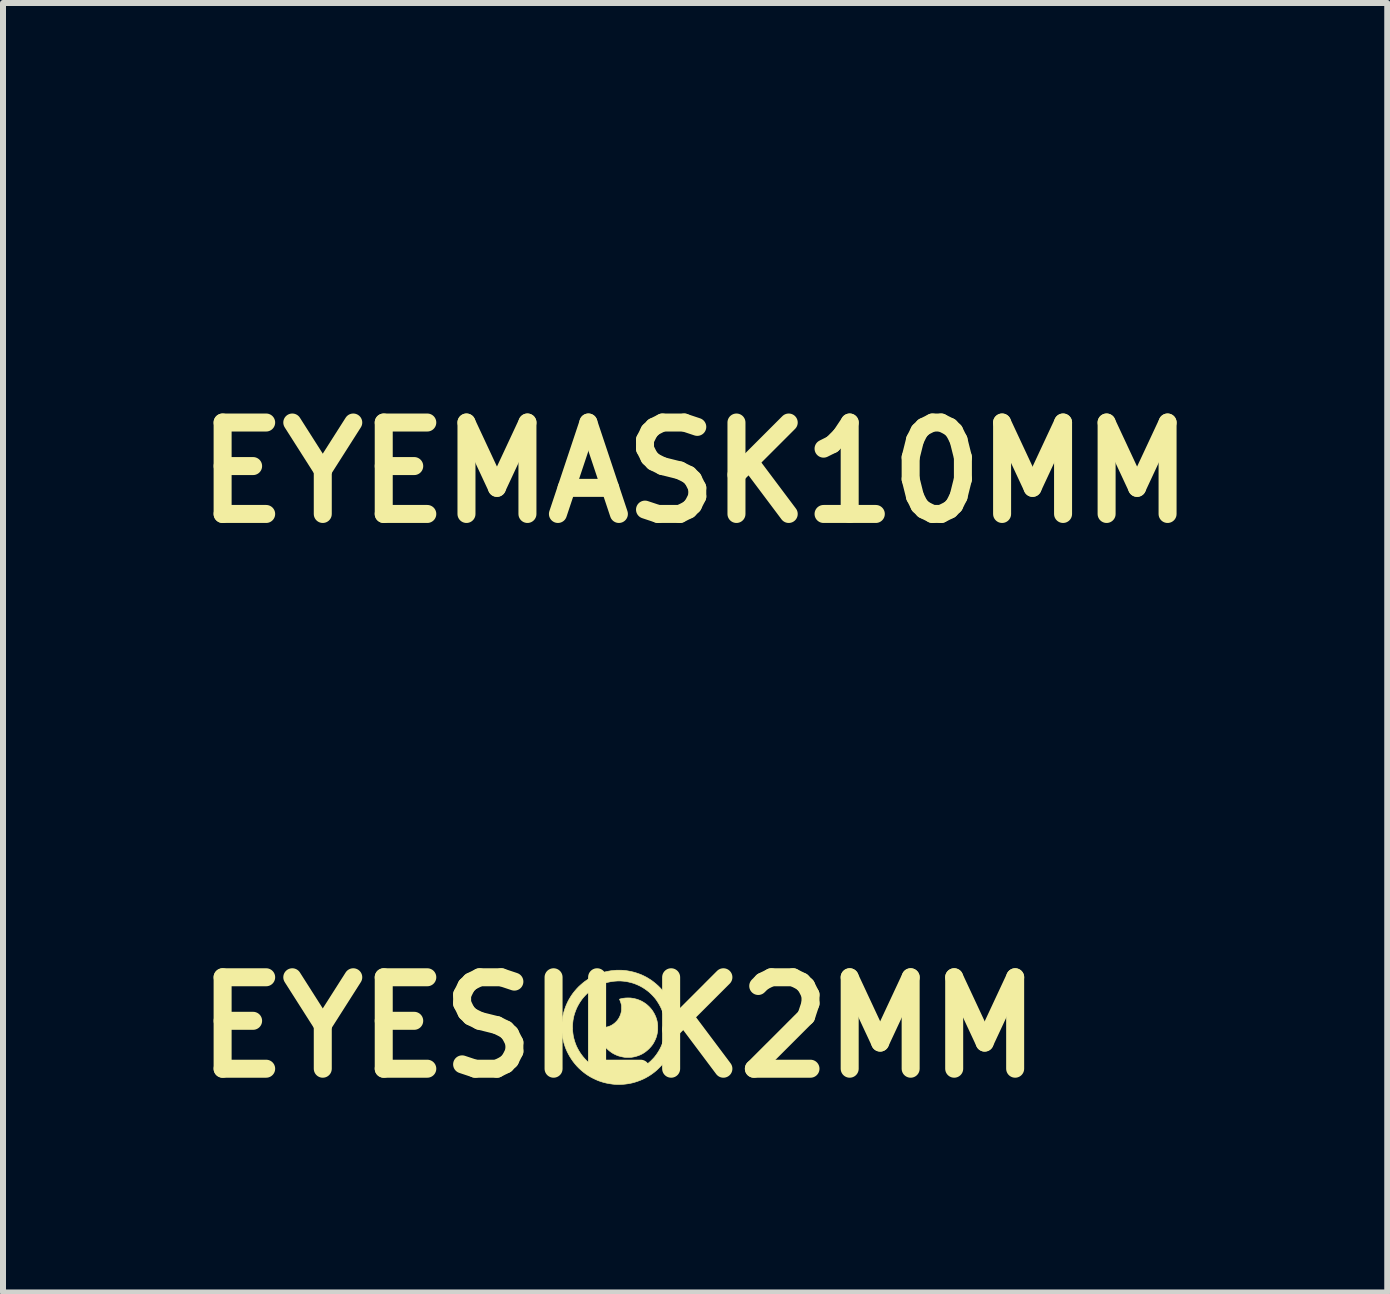
<source format=kicad_pcb>
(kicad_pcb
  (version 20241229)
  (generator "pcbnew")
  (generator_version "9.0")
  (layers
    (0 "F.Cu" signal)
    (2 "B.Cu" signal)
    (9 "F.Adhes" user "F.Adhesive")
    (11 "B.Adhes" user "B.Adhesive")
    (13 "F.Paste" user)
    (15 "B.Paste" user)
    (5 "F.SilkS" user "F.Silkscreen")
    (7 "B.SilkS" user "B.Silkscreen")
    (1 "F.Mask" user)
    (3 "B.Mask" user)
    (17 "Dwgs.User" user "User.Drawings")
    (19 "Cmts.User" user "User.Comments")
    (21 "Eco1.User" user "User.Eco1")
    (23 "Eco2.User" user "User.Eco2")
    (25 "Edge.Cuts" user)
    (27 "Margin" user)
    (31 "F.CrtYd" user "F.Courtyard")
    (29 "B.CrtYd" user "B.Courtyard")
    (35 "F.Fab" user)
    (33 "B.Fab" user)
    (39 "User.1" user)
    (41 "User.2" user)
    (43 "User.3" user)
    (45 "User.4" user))
  (footprint "EYEMASK10MM"
    (layer "F.Cu")
    (at 8.534 4.826)
    (property "Reference" "EYEMASK10MM" (at 0 0 0) (layer "F.SilkS") (effects (font (size 1.524 1.524) (thickness 0.3))))
    (attr through_hole)
    (fp_poly (pts (xy 0.854 -2.479) (xy 0.92 -2.477) (xy 0.981 -2.474) (xy 1.033 -2.47) (xy 1.058 -2.467) (xy 1.173 -2.45) (xy 1.279 -2.431) (xy 1.38 -2.408) (xy 1.481 -2.38) (xy 1.547 -2.359) (xy 1.716 -2.298) (xy 1.879 -2.225) (xy 2.036 -2.142) (xy 2.185 -2.048) (xy 2.327 -1.944) (xy 2.461 -1.83) (xy 2.587 -1.706) (xy 2.705 -1.573) (xy 2.813 -1.431) (xy 2.896 -1.307) (xy 2.984 -1.157) (xy 3.059 -1.007) (xy 3.123 -0.856) (xy 3.176 -0.701) (xy 3.218 -0.542) (xy 3.251 -0.376) (xy 3.265 -0.28) (xy 3.268 -0.243) (xy 3.271 -0.197) (xy 3.274 -0.142) (xy 3.275 -0.082) (xy 3.276 -0.018) (xy 3.277 0.047) (xy 3.277 0.111) (xy 3.276 0.172) (xy 3.274 0.227) (xy 3.271 0.274) (xy 3.268 0.31) (xy 3.268 0.315) (xy 3.248 0.453) (xy 3.223 0.582) (xy 3.192 0.704) (xy 3.155 0.824) (xy 3.11 0.944) (xy 3.079 1.019) (xy 3.009 1.169) (xy 2.933 1.309) (xy 2.85 1.441) (xy 2.757 1.567) (xy 2.655 1.688) (xy 2.542 1.808) (xy 2.526 1.823) (xy 2.392 1.946) (xy 2.252 2.057) (xy 2.106 2.157) (xy 1.954 2.246) (xy 1.795 2.324) (xy 1.631 2.39) (xy 1.46 2.445) (xy 1.283 2.489) (xy 1.1 2.521) (xy 1.08 2.524) (xy 1.046 2.528) (xy 1.001 2.531) (xy 0.948 2.534) (xy 0.889 2.536) (xy 0.827 2.537) (xy 0.764 2.538) (xy 0.702 2.538) (xy 0.644 2.537) (xy 0.592 2.536) (xy 0.548 2.533) (xy 0.514 2.53) (xy 0.329 2.502) (xy 0.152 2.463) (xy -0.019 2.414) (xy -0.183 2.354) (xy -0.341 2.283) (xy -0.494 2.201) (xy -0.641 2.107) (xy -0.773 2.011) (xy -0.909 1.897) (xy -1.036 1.775) (xy -1.153 1.644) (xy -1.261 1.505) (xy -1.359 1.36) (xy -1.447 1.208) (xy -1.524 1.051) (xy -1.59 0.888) (xy -1.644 0.722) (xy -1.686 0.552) (xy -1.703 0.463) (xy -1.71 0.42) (xy -1.717 0.372) (xy -1.723 0.321) (xy -1.728 0.268) (xy -1.733 0.216) (xy -1.737 0.165) (xy -1.739 0.119) (xy -1.741 0.078) (xy -1.742 0.044) (xy -1.741 0.018) (xy -1.739 0.004) (xy -1.738 0.002) (xy -1.733 -0.001) (xy -1.723 -0.002) (xy -1.705 -0.001) (xy -1.678 0.002) (xy -1.643 0.007) (xy -1.548 0.018) (xy -1.446 0.022) (xy -1.34 0.02) (xy -1.232 0.012) (xy -1.125 -0.002) (xy -1.067 -0.013) (xy -0.928 -0.048) (xy -0.793 -0.096) (xy -0.664 -0.154) (xy -0.54 -0.224) (xy -0.423 -0.305) (xy -0.312 -0.397) (xy -0.256 -0.451) (xy -0.157 -0.559) (xy -0.068 -0.674) (xy 0.01 -0.796) (xy 0.077 -0.924) (xy 0.132 -1.059) (xy 0.177 -1.2) (xy 0.21 -1.347) (xy 0.213 -1.368) (xy 0.216 -1.389) (xy 0.218 -1.412) (xy 0.22 -1.44) (xy 0.221 -1.474) (xy 0.221 -1.515) (xy 0.222 -1.567) (xy 0.222 -1.62) (xy 0.222 -1.829) (xy 0.201 -1.928) (xy 0.181 -2.01) (xy 0.156 -2.096) (xy 0.128 -2.18) (xy 0.097 -2.258) (xy 0.084 -2.289) (xy 0.072 -2.318) (xy 0.062 -2.343) (xy 0.055 -2.362) (xy 0.053 -2.372) (xy 0.053 -2.372) (xy 0.06 -2.378) (xy 0.078 -2.385) (xy 0.106 -2.394) (xy 0.142 -2.403) (xy 0.184 -2.413) (xy 0.231 -2.424) (xy 0.282 -2.434) (xy 0.334 -2.444) (xy 0.387 -2.454) (xy 0.438 -2.462) (xy 0.479 -2.467) (xy 0.525 -2.472) (xy 0.582 -2.475) (xy 0.645 -2.478) (xy 0.714 -2.479) (xy 0.784 -2.479) (xy 0.854 -2.479)) (stroke (width 0.01) (type solid)) (fill yes) (layer "F.Mask"))
    (fp_poly (pts (xy 0.289 -4.813) (xy 0.529 -4.793) (xy 0.769 -4.76) (xy 1.008 -4.715) (xy 1.246 -4.658) (xy 1.481 -4.589) (xy 1.714 -4.507) (xy 1.897 -4.434) (xy 2.118 -4.333) (xy 2.333 -4.221) (xy 2.543 -4.097) (xy 2.747 -3.963) (xy 2.944 -3.818) (xy 3.134 -3.663) (xy 3.316 -3.499) (xy 3.49 -3.326) (xy 3.655 -3.144) (xy 3.811 -2.953) (xy 3.859 -2.89) (xy 4.002 -2.689) (xy 4.134 -2.481) (xy 4.256 -2.267) (xy 4.366 -2.047) (xy 4.465 -1.822) (xy 4.552 -1.591) (xy 4.627 -1.357) (xy 4.69 -1.119) (xy 4.732 -0.926) (xy 4.773 -0.683) (xy 4.801 -0.438) (xy 4.817 -0.192) (xy 4.821 0.055) (xy 4.812 0.301) (xy 4.79 0.546) (xy 4.757 0.789) (xy 4.711 1.03) (xy 4.697 1.09) (xy 4.635 1.331) (xy 4.56 1.567) (xy 4.474 1.798) (xy 4.377 2.024) (xy 4.268 2.244) (xy 4.149 2.457) (xy 4.018 2.665) (xy 3.878 2.866) (xy 3.726 3.059) (xy 3.565 3.245) (xy 3.394 3.424) (xy 3.213 3.594) (xy 3.023 3.756) (xy 2.89 3.859) (xy 2.691 4.001) (xy 2.485 4.133) (xy 2.272 4.253) (xy 2.053 4.363) (xy 1.829 4.462) (xy 1.6 4.549) (xy 1.367 4.624) (xy 1.13 4.688) (xy 0.891 4.739) (xy 0.694 4.771) (xy 0.538 4.791) (xy 0.378 4.806) (xy 0.218 4.816) (xy 0.061 4.821) (xy -0.09 4.821) (xy -0.18 4.818) (xy -0.253 4.815) (xy -0.332 4.809) (xy -0.411 4.803) (xy -0.486 4.797) (xy -0.547 4.79) (xy -0.792 4.756) (xy -1.034 4.71) (xy -1.272 4.651) (xy -1.506 4.581) (xy -1.736 4.499) (xy -1.961 4.405) (xy -2.181 4.301) (xy -2.395 4.185) (xy -2.603 4.059) (xy -2.804 3.922) (xy -2.999 3.775) (xy -3.186 3.618) (xy -3.366 3.451) (xy -3.538 3.274) (xy -3.702 3.089) (xy -3.857 2.893) (xy -3.859 2.89) (xy -4.001 2.69) (xy -4.133 2.483) (xy -4.255 2.269) (xy -4.365 2.049) (xy -4.464 1.824) (xy -4.551 1.595) (xy -4.563 1.559) (xy -4.637 1.322) (xy -4.699 1.083) (xy -4.748 0.841) (xy -4.784 0.597) (xy -4.809 0.352) (xy -4.82 0.107) (xy -4.82 0.065) (xy -3.913 0.065) (xy -3.903 0.288) (xy -3.881 0.51) (xy -3.846 0.73) (xy -3.799 0.947) (xy -3.739 1.161) (xy -3.739 1.163) (xy -3.667 1.371) (xy -3.584 1.575) (xy -3.489 1.774) (xy -3.384 1.967) (xy -3.267 2.154) (xy -3.141 2.334) (xy -3.004 2.508) (xy -2.858 2.673) (xy -2.702 2.83) (xy -2.538 2.979) (xy -2.365 3.118) (xy -2.35 3.129) (xy -2.17 3.257) (xy -1.983 3.374) (xy -1.79 3.48) (xy -1.592 3.575) (xy -1.389 3.659) (xy -1.182 3.731) (xy -0.972 3.792) (xy -0.759 3.84) (xy -0.544 3.876) (xy -0.328 3.9) (xy -0.286 3.903) (xy -0.204 3.908) (xy -0.132 3.912) (xy -0.067 3.914) (xy -0.006 3.915) (xy 0.055 3.914) (xy 0.117 3.913) (xy 0.183 3.91) (xy 0.352 3.898) (xy 0.512 3.881) (xy 0.667 3.857) (xy 0.821 3.828) (xy 0.952 3.797) (xy 1.166 3.737) (xy 1.375 3.665) (xy 1.58 3.582) (xy 1.779 3.487) (xy 1.972 3.381) (xy 2.159 3.264) (xy 2.34 3.137) (xy 2.513 3) (xy 2.679 2.853) (xy 2.836 2.696) (xy 2.986 2.53) (xy 3.126 2.355) (xy 3.134 2.344) (xy 3.262 2.164) (xy 3.378 1.977) (xy 3.484 1.783) (xy 3.579 1.584) (xy 3.663 1.38) (xy 3.735 1.171) (xy 3.795 0.959) (xy 3.843 0.744) (xy 3.867 0.604) (xy 3.895 0.382) (xy 3.91 0.158) (xy 3.913 -0.065) (xy 3.903 -0.288) (xy 3.881 -0.51) (xy 3.846 -0.73) (xy 3.799 -0.947) (xy 3.739 -1.161) (xy 3.739 -1.163) (xy 3.667 -1.371) (xy 3.584 -1.575) (xy 3.49 -1.773) (xy 3.384 -1.966) (xy 3.268 -2.152) (xy 3.142 -2.332) (xy 3.006 -2.505) (xy 2.861 -2.67) (xy 2.706 -2.827) (xy 2.543 -2.975) (xy 2.372 -3.114) (xy 2.192 -3.243) (xy 2.019 -3.354) (xy 1.825 -3.463) (xy 1.626 -3.561) (xy 1.422 -3.648) (xy 1.214 -3.722) (xy 1.002 -3.784) (xy 0.787 -3.835) (xy 0.57 -3.873) (xy 0.35 -3.898) (xy 0.128 -3.912) (xy -0.094 -3.913) (xy -0.318 -3.901) (xy -0.489 -3.883) (xy -0.709 -3.849) (xy -0.926 -3.803) (xy -1.141 -3.744) (xy -1.352 -3.674) (xy -1.558 -3.591) (xy -1.76 -3.496) (xy -1.957 -3.39) (xy -2.023 -3.351) (xy -2.207 -3.232) (xy -2.385 -3.103) (xy -2.557 -2.962) (xy -2.72 -2.813) (xy -2.876 -2.654) (xy -3.022 -2.487) (xy -3.135 -2.344) (xy -3.262 -2.164) (xy -3.378 -1.977) (xy -3.484 -1.783) (xy -3.579 -1.584) (xy -3.663 -1.38) (xy -3.735 -1.171) (xy -3.795 -0.959) (xy -3.843 -0.744) (xy -3.867 -0.604) (xy -3.895 -0.382) (xy -3.91 -0.158) (xy -3.913 0.065) (xy -4.82 0.065) (xy -4.819 -0.139) (xy -4.806 -0.384) (xy -4.78 -0.629) (xy -4.742 -0.872) (xy -4.691 -1.114) (xy -4.628 -1.353) (xy -4.563 -1.559) (xy -4.478 -1.79) (xy -4.381 -2.016) (xy -4.272 -2.236) (xy -4.153 -2.45) (xy -4.023 -2.658) (xy -3.882 -2.859) (xy -3.732 -3.053) (xy -3.571 -3.239) (xy -3.402 -3.417) (xy -3.223 -3.586) (xy -3.035 -3.747) (xy -2.89 -3.859) (xy -2.689 -4.002) (xy -2.481 -4.134) (xy -2.269 -4.255) (xy -2.051 -4.364) (xy -1.829 -4.462) (xy -1.604 -4.548) (xy -1.374 -4.622) (xy -1.142 -4.685) (xy -0.907 -4.736) (xy -0.671 -4.775) (xy -0.432 -4.802) (xy -0.192 -4.818) (xy 0.048 -4.821) (xy 0.289 -4.813)) (stroke (width 0.01) (type solid)) (fill yes) (layer "F.Mask")))
  (footprint "EYESILK2MM"
    (layer "F.Cu")
    (at 7.264 14.071)
    (property "Reference" "EYESILK2MM" (at 0 0 0) (layer "F.SilkS") (effects (font (size 1.524 1.524) (thickness 0.3))))
    (attr through_hole)
    (fp_poly (pts (xy 0.169 -0.49) (xy 0.182 -0.489) (xy 0.194 -0.489) (xy 0.204 -0.488) (xy 0.209 -0.487) (xy 0.232 -0.484) (xy 0.253 -0.48) (xy 0.273 -0.475) (xy 0.293 -0.47) (xy 0.306 -0.466) (xy 0.339 -0.454) (xy 0.371 -0.44) (xy 0.402 -0.423) (xy 0.432 -0.404) (xy 0.46 -0.384) (xy 0.486 -0.361) (xy 0.511 -0.337) (xy 0.534 -0.311) (xy 0.556 -0.283) (xy 0.572 -0.258) (xy 0.589 -0.229) (xy 0.604 -0.199) (xy 0.617 -0.169) (xy 0.627 -0.138) (xy 0.636 -0.107) (xy 0.642 -0.074) (xy 0.645 -0.055) (xy 0.645 -0.048) (xy 0.646 -0.039) (xy 0.647 -0.028) (xy 0.647 -0.016) (xy 0.647 -0.003) (xy 0.647 0.009) (xy 0.647 0.022) (xy 0.647 0.034) (xy 0.647 0.045) (xy 0.646 0.054) (xy 0.645 0.061) (xy 0.645 0.062) (xy 0.641 0.089) (xy 0.636 0.115) (xy 0.63 0.139) (xy 0.623 0.163) (xy 0.614 0.187) (xy 0.608 0.201) (xy 0.594 0.231) (xy 0.579 0.259) (xy 0.563 0.285) (xy 0.545 0.309) (xy 0.524 0.333) (xy 0.502 0.357) (xy 0.499 0.36) (xy 0.472 0.384) (xy 0.445 0.406) (xy 0.416 0.426) (xy 0.386 0.444) (xy 0.355 0.459) (xy 0.322 0.472) (xy 0.288 0.483) (xy 0.253 0.492) (xy 0.217 0.498) (xy 0.213 0.499) (xy 0.207 0.499) (xy 0.198 0.5) (xy 0.187 0.5) (xy 0.176 0.501) (xy 0.163 0.501) (xy 0.151 0.501) (xy 0.139 0.501) (xy 0.127 0.501) (xy 0.117 0.501) (xy 0.108 0.5) (xy 0.102 0.5) (xy 0.065 0.494) (xy 0.03 0.486) (xy -0.004 0.477) (xy -0.036 0.465) (xy -0.067 0.451) (xy -0.098 0.435) (xy -0.127 0.416) (xy -0.153 0.397) (xy -0.179 0.375) (xy -0.205 0.35) (xy -0.228 0.325) (xy -0.249 0.297) (xy -0.268 0.269) (xy -0.286 0.239) (xy -0.301 0.208) (xy -0.314 0.175) (xy -0.325 0.143) (xy -0.333 0.109) (xy -0.336 0.091) (xy -0.338 0.083) (xy -0.339 0.073) (xy -0.34 0.063) (xy -0.341 0.053) (xy -0.342 0.043) (xy -0.343 0.033) (xy -0.344 0.023) (xy -0.344 0.015) (xy -0.344 0.009) (xy -0.344 0.004) (xy -0.343 0.001) (xy -0.343 0.000301) (xy -0.342 -0.000282) (xy -0.34 -0.000473) (xy -0.337 -0.000251) (xy -0.331 0.000408) (xy -0.324 0.001) (xy -0.306 0.004) (xy -0.286 0.004) (xy -0.265 0.004) (xy -0.243 0.002) (xy -0.222 -0.000454) (xy -0.211 -0.003) (xy -0.183 -0.01) (xy -0.157 -0.019) (xy -0.131 -0.03) (xy -0.107 -0.044) (xy -0.084 -0.06) (xy -0.062 -0.078) (xy -0.051 -0.089) (xy -0.031 -0.11) (xy -0.013 -0.133) (xy 0.002 -0.157) (xy 0.015 -0.183) (xy 0.026 -0.209) (xy 0.035 -0.237) (xy 0.041 -0.266) (xy 0.042 -0.27) (xy 0.043 -0.274) (xy 0.043 -0.279) (xy 0.043 -0.284) (xy 0.044 -0.291) (xy 0.044 -0.299) (xy 0.044 -0.309) (xy 0.044 -0.32) (xy 0.044 -0.361) (xy 0.04 -0.381) (xy 0.036 -0.397) (xy 0.031 -0.414) (xy 0.025 -0.431) (xy 0.019 -0.446) (xy 0.017 -0.452) (xy 0.014 -0.458) (xy 0.012 -0.463) (xy 0.011 -0.466) (xy 0.01 -0.468) (xy 0.01 -0.468) (xy 0.012 -0.47) (xy 0.015 -0.471) (xy 0.021 -0.473) (xy 0.028 -0.475) (xy 0.036 -0.477) (xy 0.046 -0.479) (xy 0.056 -0.481) (xy 0.066 -0.483) (xy 0.076 -0.485) (xy 0.087 -0.486) (xy 0.095 -0.487) (xy 0.104 -0.488) (xy 0.115 -0.489) (xy 0.127 -0.489) (xy 0.141 -0.49) (xy 0.155 -0.49) (xy 0.169 -0.49)) (stroke (width 0.01) (type solid)) (fill yes) (layer "F.SilkS"))
    (fp_poly (pts (xy 0.057 -0.951) (xy 0.105 -0.947) (xy 0.152 -0.94) (xy 0.199 -0.931) (xy 0.246 -0.92) (xy 0.293 -0.906) (xy 0.339 -0.89) (xy 0.375 -0.876) (xy 0.418 -0.856) (xy 0.461 -0.834) (xy 0.502 -0.809) (xy 0.543 -0.783) (xy 0.581 -0.754) (xy 0.619 -0.723) (xy 0.655 -0.691) (xy 0.689 -0.657) (xy 0.722 -0.621) (xy 0.753 -0.583) (xy 0.762 -0.571) (xy 0.79 -0.531) (xy 0.817 -0.49) (xy 0.841 -0.448) (xy 0.862 -0.404) (xy 0.882 -0.36) (xy 0.899 -0.314) (xy 0.914 -0.268) (xy 0.926 -0.221) (xy 0.935 -0.183) (xy 0.943 -0.135) (xy 0.948 -0.086) (xy 0.951 -0.038) (xy 0.952 0.011) (xy 0.95 0.059) (xy 0.946 0.108) (xy 0.939 0.156) (xy 0.93 0.203) (xy 0.928 0.215) (xy 0.915 0.263) (xy 0.901 0.309) (xy 0.884 0.355) (xy 0.864 0.4) (xy 0.843 0.443) (xy 0.819 0.485) (xy 0.794 0.526) (xy 0.766 0.566) (xy 0.736 0.604) (xy 0.704 0.641) (xy 0.67 0.676) (xy 0.635 0.71) (xy 0.597 0.742) (xy 0.571 0.762) (xy 0.532 0.79) (xy 0.491 0.816) (xy 0.449 0.84) (xy 0.405 0.862) (xy 0.361 0.881) (xy 0.316 0.898) (xy 0.27 0.913) (xy 0.223 0.926) (xy 0.176 0.936) (xy 0.137 0.942) (xy 0.106 0.946) (xy 0.075 0.949) (xy 0.043 0.951) (xy 0.012 0.952) (xy -0.018 0.952) (xy -0.036 0.952) (xy -0.05 0.951) (xy -0.066 0.95) (xy -0.081 0.949) (xy -0.096 0.947) (xy -0.108 0.946) (xy -0.156 0.939) (xy -0.204 0.93) (xy -0.251 0.919) (xy -0.297 0.905) (xy -0.343 0.889) (xy -0.387 0.87) (xy -0.431 0.849) (xy -0.473 0.827) (xy -0.514 0.802) (xy -0.554 0.775) (xy -0.592 0.746) (xy -0.629 0.715) (xy -0.665 0.682) (xy -0.699 0.647) (xy -0.731 0.61) (xy -0.762 0.571) (xy -0.762 0.571) (xy -0.79 0.531) (xy -0.816 0.49) (xy -0.84 0.448) (xy -0.862 0.405) (xy -0.882 0.36) (xy -0.899 0.315) (xy -0.901 0.308) (xy -0.916 0.261) (xy -0.928 0.214) (xy -0.938 0.166) (xy -0.945 0.118) (xy -0.95 0.07) (xy -0.952 0.021) (xy -0.952 0.013) (xy -0.773 0.013) (xy -0.771 0.057) (xy -0.766 0.101) (xy -0.76 0.144) (xy -0.75 0.187) (xy -0.738 0.229) (xy -0.738 0.23) (xy -0.724 0.271) (xy -0.708 0.311) (xy -0.689 0.35) (xy -0.668 0.388) (xy -0.645 0.425) (xy -0.62 0.461) (xy -0.593 0.495) (xy -0.564 0.528) (xy -0.534 0.559) (xy -0.501 0.588) (xy -0.467 0.616) (xy -0.464 0.618) (xy -0.429 0.643) (xy -0.392 0.666) (xy -0.354 0.687) (xy -0.314 0.706) (xy -0.274 0.723) (xy -0.234 0.737) (xy -0.192 0.749) (xy -0.15 0.758) (xy -0.108 0.766) (xy -0.065 0.77) (xy -0.057 0.771) (xy -0.04 0.772) (xy -0.026 0.773) (xy -0.013 0.773) (xy -0.001 0.773) (xy 0.011 0.773) (xy 0.023 0.773) (xy 0.036 0.772) (xy 0.069 0.77) (xy 0.101 0.766) (xy 0.132 0.762) (xy 0.162 0.756) (xy 0.188 0.75) (xy 0.23 0.738) (xy 0.272 0.724) (xy 0.312 0.707) (xy 0.351 0.689) (xy 0.39 0.668) (xy 0.426 0.645) (xy 0.462 0.62) (xy 0.496 0.592) (xy 0.529 0.563) (xy 0.56 0.532) (xy 0.59 0.5) (xy 0.617 0.465) (xy 0.619 0.463) (xy 0.644 0.427) (xy 0.667 0.39) (xy 0.688 0.352) (xy 0.707 0.313) (xy 0.723 0.272) (xy 0.738 0.231) (xy 0.75 0.189) (xy 0.759 0.147) (xy 0.764 0.119) (xy 0.769 0.075) (xy 0.772 0.031) (xy 0.773 -0.013) (xy 0.771 -0.057) (xy 0.766 -0.101) (xy 0.76 -0.144) (xy 0.75 -0.187) (xy 0.738 -0.229) (xy 0.738 -0.23) (xy 0.724 -0.271) (xy 0.708 -0.311) (xy 0.689 -0.35) (xy 0.668 -0.388) (xy 0.645 -0.425) (xy 0.621 -0.461) (xy 0.594 -0.495) (xy 0.565 -0.527) (xy 0.534 -0.558) (xy 0.502 -0.588) (xy 0.468 -0.615) (xy 0.433 -0.64) (xy 0.399 -0.662) (xy 0.36 -0.684) (xy 0.321 -0.703) (xy 0.281 -0.72) (xy 0.24 -0.735) (xy 0.198 -0.747) (xy 0.155 -0.757) (xy 0.113 -0.765) (xy 0.069 -0.77) (xy 0.025 -0.773) (xy -0.019 -0.773) (xy -0.063 -0.77) (xy -0.096 -0.767) (xy -0.14 -0.76) (xy -0.183 -0.751) (xy -0.225 -0.74) (xy -0.267 -0.726) (xy -0.308 -0.709) (xy -0.348 -0.69) (xy -0.386 -0.669) (xy -0.399 -0.662) (xy -0.436 -0.638) (xy -0.471 -0.613) (xy -0.505 -0.585) (xy -0.537 -0.556) (xy -0.568 -0.524) (xy -0.597 -0.491) (xy -0.619 -0.463) (xy -0.644 -0.427) (xy -0.667 -0.39) (xy -0.688 -0.352) (xy -0.707 -0.313) (xy -0.723 -0.272) (xy -0.738 -0.231) (xy -0.75 -0.189) (xy -0.759 -0.147) (xy -0.764 -0.119) (xy -0.769 -0.075) (xy -0.772 -0.031) (xy -0.773 0.013) (xy -0.952 0.013) (xy -0.952 -0.027) (xy -0.949 -0.076) (xy -0.944 -0.124) (xy -0.937 -0.172) (xy -0.927 -0.22) (xy -0.914 -0.267) (xy -0.901 -0.308) (xy -0.884 -0.354) (xy -0.865 -0.398) (xy -0.844 -0.442) (xy -0.82 -0.484) (xy -0.795 -0.525) (xy -0.767 -0.565) (xy -0.737 -0.603) (xy -0.705 -0.64) (xy -0.672 -0.675) (xy -0.636 -0.708) (xy -0.599 -0.74) (xy -0.571 -0.762) (xy -0.531 -0.79) (xy -0.49 -0.817) (xy -0.448 -0.84) (xy -0.405 -0.862) (xy -0.361 -0.881) (xy -0.317 -0.898) (xy -0.271 -0.913) (xy -0.226 -0.925) (xy -0.179 -0.935) (xy -0.132 -0.943) (xy -0.085 -0.948) (xy -0.038 -0.952) (xy 0.009 -0.952) (xy 0.057 -0.951)) (stroke (width 0.01) (type solid)) (fill yes) (layer "F.SilkS")))
  (gr_rect
    (start -3 -3)
    (end 20.069 18.489)
    (stroke (width 0.1) (type default))
    (fill no)
    (layer "Edge.Cuts")))
</source>
